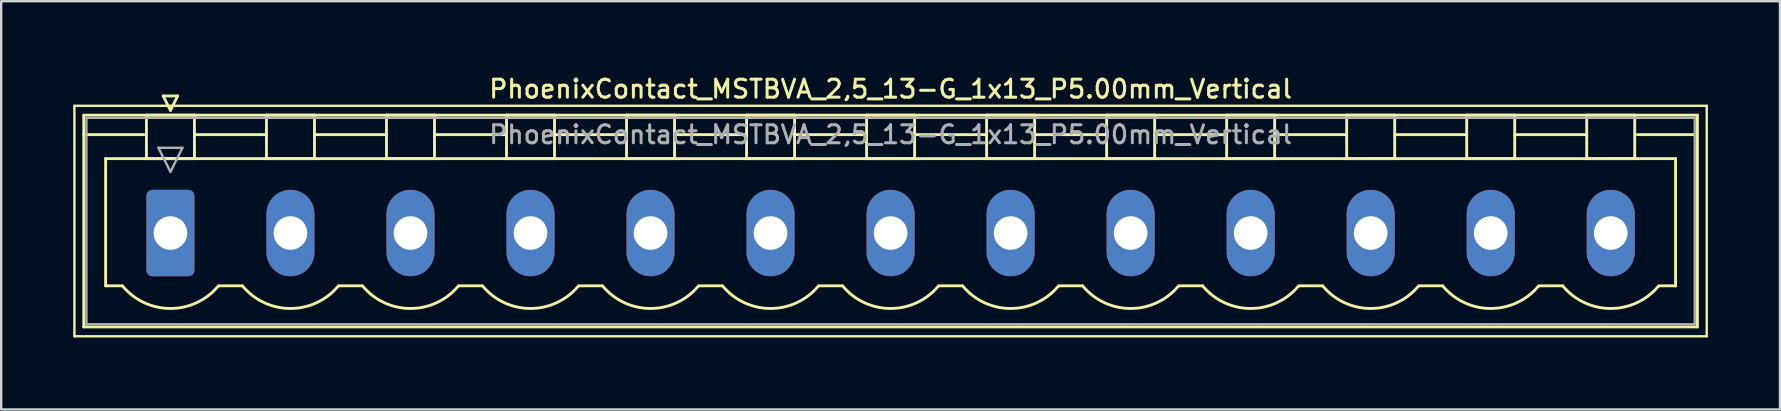
<source format=kicad_pcb>
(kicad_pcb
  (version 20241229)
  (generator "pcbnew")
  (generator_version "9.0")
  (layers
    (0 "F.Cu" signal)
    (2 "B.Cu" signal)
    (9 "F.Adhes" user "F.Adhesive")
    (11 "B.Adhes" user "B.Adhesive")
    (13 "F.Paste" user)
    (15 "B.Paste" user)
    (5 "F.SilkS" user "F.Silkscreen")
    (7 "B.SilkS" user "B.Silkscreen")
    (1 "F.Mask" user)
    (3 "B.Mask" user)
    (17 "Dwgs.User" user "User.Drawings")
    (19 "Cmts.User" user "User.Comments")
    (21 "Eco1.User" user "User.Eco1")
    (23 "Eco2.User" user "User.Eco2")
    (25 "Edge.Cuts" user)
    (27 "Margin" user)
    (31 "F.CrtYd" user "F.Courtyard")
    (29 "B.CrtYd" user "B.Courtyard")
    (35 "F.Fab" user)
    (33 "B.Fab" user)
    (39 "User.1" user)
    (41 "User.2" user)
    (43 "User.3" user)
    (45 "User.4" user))
  (footprint "PhoenixContact_MSTBVA_2,5_13-G_1x13_P5.00mm_Vertical"
    (layer "F.Cu")
    (at 4.05 6.658)
    (property "Reference" "PhoenixContact_MSTBVA_2,5_13-G_1x13_P5.00mm_Vertical" (at 30 -6 0) (layer "F.SilkS") (effects (font (size 0.75 0.75) (thickness 0.125))))
    (attr through_hole)
    (fp_line (start -4 -5.3) (end -4 4.3) (stroke (width 0.1) (type solid)) (layer "F.SilkS"))
    (fp_line (start -4 4.3) (end 64 4.3) (stroke (width 0.1) (type solid)) (layer "F.SilkS"))
    (fp_line (start -3.61 -4.91) (end -3.61 3.91) (stroke (width 0.12) (type solid)) (layer "F.SilkS"))
    (fp_line (start -3.61 -4.1) (end -1.11 -4.1) (stroke (width 0.12) (type solid)) (layer "F.SilkS"))
    (fp_line (start -3.61 3.91) (end 63.61 3.91) (stroke (width 0.12) (type solid)) (layer "F.SilkS"))
    (fp_line (start -2.7 -3.1) (end 62.7 -3.1) (stroke (width 0.12) (type solid)) (layer "F.SilkS"))
    (fp_line (start -2.7 2.2) (end -2.7 -3.1) (stroke (width 0.12) (type solid)) (layer "F.SilkS"))
    (fp_line (start -2 2.2) (end -2.7 2.2) (stroke (width 0.12) (type solid)) (layer "F.SilkS"))
    (fp_line (start -1 -4.91) (end 1 -4.91) (stroke (width 0.12) (type solid)) (layer "F.SilkS"))
    (fp_line (start -1 -3.1) (end -1 -4.91) (stroke (width 0.12) (type solid)) (layer "F.SilkS"))
    (fp_line (start -0.3 -5.71) (end 0.3 -5.71) (stroke (width 0.12) (type solid)) (layer "F.SilkS"))
    (fp_line (start 0 -5.11) (end -0.3 -5.71) (stroke (width 0.12) (type solid)) (layer "F.SilkS"))
    (fp_line (start 0.3 -5.71) (end 0 -5.11) (stroke (width 0.12) (type solid)) (layer "F.SilkS"))
    (fp_line (start 1 -4.91) (end 1 -3.1) (stroke (width 0.12) (type solid)) (layer "F.SilkS"))
    (fp_line (start 1 -4.1) (end 4 -4.1) (stroke (width 0.12) (type solid)) (layer "F.SilkS"))
    (fp_line (start 1 -3.1) (end -1 -3.1) (stroke (width 0.12) (type solid)) (layer "F.SilkS"))
    (fp_line (start 2 2.2) (end 3 2.2) (stroke (width 0.12) (type solid)) (layer "F.SilkS"))
    (fp_line (start 4 -4.91) (end 6 -4.91) (stroke (width 0.12) (type solid)) (layer "F.SilkS"))
    (fp_line (start 4 -3.1) (end 4 -4.91) (stroke (width 0.12) (type solid)) (layer "F.SilkS"))
    (fp_line (start 6 -4.91) (end 6 -3.1) (stroke (width 0.12) (type solid)) (layer "F.SilkS"))
    (fp_line (start 6 -4.1) (end 9 -4.1) (stroke (width 0.12) (type solid)) (layer "F.SilkS"))
    (fp_line (start 6 -3.1) (end 4 -3.1) (stroke (width 0.12) (type solid)) (layer "F.SilkS"))
    (fp_line (start 7 2.2) (end 8 2.2) (stroke (width 0.12) (type solid)) (layer "F.SilkS"))
    (fp_line (start 9 -4.91) (end 11 -4.91) (stroke (width 0.12) (type solid)) (layer "F.SilkS"))
    (fp_line (start 9 -3.1) (end 9 -4.91) (stroke (width 0.12) (type solid)) (layer "F.SilkS"))
    (fp_line (start 11 -4.91) (end 11 -3.1) (stroke (width 0.12) (type solid)) (layer "F.SilkS"))
    (fp_line (start 11 -4.1) (end 14 -4.1) (stroke (width 0.12) (type solid)) (layer "F.SilkS"))
    (fp_line (start 11 -3.1) (end 9 -3.1) (stroke (width 0.12) (type solid)) (layer "F.SilkS"))
    (fp_line (start 12 2.2) (end 13 2.2) (stroke (width 0.12) (type solid)) (layer "F.SilkS"))
    (fp_line (start 14 -4.91) (end 16 -4.91) (stroke (width 0.12) (type solid)) (layer "F.SilkS"))
    (fp_line (start 14 -3.1) (end 14 -4.91) (stroke (width 0.12) (type solid)) (layer "F.SilkS"))
    (fp_line (start 16 -4.91) (end 16 -3.1) (stroke (width 0.12) (type solid)) (layer "F.SilkS"))
    (fp_line (start 16 -4.1) (end 19 -4.1) (stroke (width 0.12) (type solid)) (layer "F.SilkS"))
    (fp_line (start 16 -3.1) (end 14 -3.1) (stroke (width 0.12) (type solid)) (layer "F.SilkS"))
    (fp_line (start 17 2.2) (end 18 2.2) (stroke (width 0.12) (type solid)) (layer "F.SilkS"))
    (fp_line (start 19 -4.91) (end 21 -4.91) (stroke (width 0.12) (type solid)) (layer "F.SilkS"))
    (fp_line (start 19 -3.1) (end 19 -4.91) (stroke (width 0.12) (type solid)) (layer "F.SilkS"))
    (fp_line (start 21 -4.91) (end 21 -3.1) (stroke (width 0.12) (type solid)) (layer "F.SilkS"))
    (fp_line (start 21 -4.1) (end 24 -4.1) (stroke (width 0.12) (type solid)) (layer "F.SilkS"))
    (fp_line (start 21 -3.1) (end 19 -3.1) (stroke (width 0.12) (type solid)) (layer "F.SilkS"))
    (fp_line (start 22 2.2) (end 23 2.2) (stroke (width 0.12) (type solid)) (layer "F.SilkS"))
    (fp_line (start 24 -4.91) (end 26 -4.91) (stroke (width 0.12) (type solid)) (layer "F.SilkS"))
    (fp_line (start 24 -3.1) (end 24 -4.91) (stroke (width 0.12) (type solid)) (layer "F.SilkS"))
    (fp_line (start 26 -4.91) (end 26 -3.1) (stroke (width 0.12) (type solid)) (layer "F.SilkS"))
    (fp_line (start 26 -4.1) (end 29 -4.1) (stroke (width 0.12) (type solid)) (layer "F.SilkS"))
    (fp_line (start 26 -3.1) (end 24 -3.1) (stroke (width 0.12) (type solid)) (layer "F.SilkS"))
    (fp_line (start 27 2.2) (end 28 2.2) (stroke (width 0.12) (type solid)) (layer "F.SilkS"))
    (fp_line (start 29 -4.91) (end 31 -4.91) (stroke (width 0.12) (type solid)) (layer "F.SilkS"))
    (fp_line (start 29 -3.1) (end 29 -4.91) (stroke (width 0.12) (type solid)) (layer "F.SilkS"))
    (fp_line (start 31 -4.91) (end 31 -3.1) (stroke (width 0.12) (type solid)) (layer "F.SilkS"))
    (fp_line (start 31 -4.1) (end 34 -4.1) (stroke (width 0.12) (type solid)) (layer "F.SilkS"))
    (fp_line (start 31 -3.1) (end 29 -3.1) (stroke (width 0.12) (type solid)) (layer "F.SilkS"))
    (fp_line (start 32 2.2) (end 33 2.2) (stroke (width 0.12) (type solid)) (layer "F.SilkS"))
    (fp_line (start 34 -4.91) (end 36 -4.91) (stroke (width 0.12) (type solid)) (layer "F.SilkS"))
    (fp_line (start 34 -3.1) (end 34 -4.91) (stroke (width 0.12) (type solid)) (layer "F.SilkS"))
    (fp_line (start 36 -4.91) (end 36 -3.1) (stroke (width 0.12) (type solid)) (layer "F.SilkS"))
    (fp_line (start 36 -4.1) (end 39 -4.1) (stroke (width 0.12) (type solid)) (layer "F.SilkS"))
    (fp_line (start 36 -3.1) (end 34 -3.1) (stroke (width 0.12) (type solid)) (layer "F.SilkS"))
    (fp_line (start 37 2.2) (end 38 2.2) (stroke (width 0.12) (type solid)) (layer "F.SilkS"))
    (fp_line (start 39 -4.91) (end 41 -4.91) (stroke (width 0.12) (type solid)) (layer "F.SilkS"))
    (fp_line (start 39 -3.1) (end 39 -4.91) (stroke (width 0.12) (type solid)) (layer "F.SilkS"))
    (fp_line (start 41 -4.91) (end 41 -3.1) (stroke (width 0.12) (type solid)) (layer "F.SilkS"))
    (fp_line (start 41 -4.1) (end 44 -4.1) (stroke (width 0.12) (type solid)) (layer "F.SilkS"))
    (fp_line (start 41 -3.1) (end 39 -3.1) (stroke (width 0.12) (type solid)) (layer "F.SilkS"))
    (fp_line (start 42 2.2) (end 43 2.2) (stroke (width 0.12) (type solid)) (layer "F.SilkS"))
    (fp_line (start 44 -4.91) (end 46 -4.91) (stroke (width 0.12) (type solid)) (layer "F.SilkS"))
    (fp_line (start 44 -3.1) (end 44 -4.91) (stroke (width 0.12) (type solid)) (layer "F.SilkS"))
    (fp_line (start 46 -4.91) (end 46 -3.1) (stroke (width 0.12) (type solid)) (layer "F.SilkS"))
    (fp_line (start 46 -4.1) (end 49 -4.1) (stroke (width 0.12) (type solid)) (layer "F.SilkS"))
    (fp_line (start 46 -3.1) (end 44 -3.1) (stroke (width 0.12) (type solid)) (layer "F.SilkS"))
    (fp_line (start 47 2.2) (end 48 2.2) (stroke (width 0.12) (type solid)) (layer "F.SilkS"))
    (fp_line (start 49 -4.91) (end 51 -4.91) (stroke (width 0.12) (type solid)) (layer "F.SilkS"))
    (fp_line (start 49 -3.1) (end 49 -4.91) (stroke (width 0.12) (type solid)) (layer "F.SilkS"))
    (fp_line (start 51 -4.91) (end 51 -3.1) (stroke (width 0.12) (type solid)) (layer "F.SilkS"))
    (fp_line (start 51 -4.1) (end 54 -4.1) (stroke (width 0.12) (type solid)) (layer "F.SilkS"))
    (fp_line (start 51 -3.1) (end 49 -3.1) (stroke (width 0.12) (type solid)) (layer "F.SilkS"))
    (fp_line (start 52 2.2) (end 53 2.2) (stroke (width 0.12) (type solid)) (layer "F.SilkS"))
    (fp_line (start 54 -4.91) (end 56 -4.91) (stroke (width 0.12) (type solid)) (layer "F.SilkS"))
    (fp_line (start 54 -3.1) (end 54 -4.91) (stroke (width 0.12) (type solid)) (layer "F.SilkS"))
    (fp_line (start 56 -4.91) (end 56 -3.1) (stroke (width 0.12) (type solid)) (layer "F.SilkS"))
    (fp_line (start 56 -4.1) (end 59 -4.1) (stroke (width 0.12) (type solid)) (layer "F.SilkS"))
    (fp_line (start 56 -3.1) (end 54 -3.1) (stroke (width 0.12) (type solid)) (layer "F.SilkS"))
    (fp_line (start 57 2.2) (end 58 2.2) (stroke (width 0.12) (type solid)) (layer "F.SilkS"))
    (fp_line (start 59 -4.91) (end 61 -4.91) (stroke (width 0.12) (type solid)) (layer "F.SilkS"))
    (fp_line (start 59 -3.1) (end 59 -4.91) (stroke (width 0.12) (type solid)) (layer "F.SilkS"))
    (fp_line (start 61 -4.91) (end 61 -3.1) (stroke (width 0.12) (type solid)) (layer "F.SilkS"))
    (fp_line (start 61 -3.1) (end 59 -3.1) (stroke (width 0.12) (type solid)) (layer "F.SilkS"))
    (fp_line (start 62.7 -3.1) (end 62.7 2.2) (stroke (width 0.12) (type solid)) (layer "F.SilkS"))
    (fp_line (start 62.7 2.2) (end 62 2.2) (stroke (width 0.12) (type solid)) (layer "F.SilkS"))
    (fp_line (start 63.61 -4.91) (end -3.61 -4.91) (stroke (width 0.12) (type solid)) (layer "F.SilkS"))
    (fp_line (start 63.61 -4.1) (end 61.11 -4.1) (stroke (width 0.12) (type solid)) (layer "F.SilkS"))
    (fp_line (start 63.61 3.91) (end 63.61 -4.91) (stroke (width 0.12) (type solid)) (layer "F.SilkS"))
    (fp_line (start 64 -5.3) (end -4 -5.3) (stroke (width 0.1) (type solid)) (layer "F.SilkS"))
    (fp_line (start 64 4.3) (end 64 -5.3) (stroke (width 0.1) (type solid)) (layer "F.SilkS"))
    (fp_arc (start 1.986842 2.215821) (mid -0.010289 3.142758) (end -2 2.2) (stroke (width 0.12) (type solid)) (layer "F.SilkS"))
    (fp_arc (start 6.986842 2.215821) (mid 4.989711 3.142758) (end 3 2.2) (stroke (width 0.12) (type solid)) (layer "F.SilkS"))
    (fp_arc (start 11.986842 2.215821) (mid 9.989711 3.142758) (end 8 2.2) (stroke (width 0.12) (type solid)) (layer "F.SilkS"))
    (fp_arc (start 16.986842 2.215821) (mid 14.989711 3.142758) (end 13 2.2) (stroke (width 0.12) (type solid)) (layer "F.SilkS"))
    (fp_arc (start 21.986842 2.215821) (mid 19.989711 3.142758) (end 18 2.2) (stroke (width 0.12) (type solid)) (layer "F.SilkS"))
    (fp_arc (start 26.986842 2.215821) (mid 24.989711 3.142758) (end 23 2.2) (stroke (width 0.12) (type solid)) (layer "F.SilkS"))
    (fp_arc (start 31.986842 2.215821) (mid 29.989711 3.142758) (end 28 2.2) (stroke (width 0.12) (type solid)) (layer "F.SilkS"))
    (fp_arc (start 36.986842 2.215821) (mid 34.989711 3.142758) (end 33 2.2) (stroke (width 0.12) (type solid)) (layer "F.SilkS"))
    (fp_arc (start 41.986842 2.215821) (mid 39.989711 3.142758) (end 38 2.2) (stroke (width 0.12) (type solid)) (layer "F.SilkS"))
    (fp_arc (start 46.986842 2.215821) (mid 44.989711 3.142758) (end 43 2.2) (stroke (width 0.12) (type solid)) (layer "F.SilkS"))
    (fp_arc (start 51.986842 2.215821) (mid 49.989711 3.142758) (end 48 2.2) (stroke (width 0.12) (type solid)) (layer "F.SilkS"))
    (fp_arc (start 56.986842 2.215821) (mid 54.989711 3.142758) (end 53 2.2) (stroke (width 0.12) (type solid)) (layer "F.SilkS"))
    (fp_arc (start 61.986842 2.215821) (mid 59.989711 3.142758) (end 58 2.2) (stroke (width 0.12) (type solid)) (layer "F.SilkS"))
    (fp_line (start -3.5 -4.8) (end -3.5 3.8) (stroke (width 0.1) (type solid)) (layer "F.Fab"))
    (fp_line (start -3.5 3.8) (end 63.5 3.8) (stroke (width 0.1) (type solid)) (layer "F.Fab"))
    (fp_line (start -0.5 -3.55) (end 0.5 -3.55) (stroke (width 0.1) (type solid)) (layer "F.Fab"))
    (fp_line (start 0 -2.55) (end -0.5 -3.55) (stroke (width 0.1) (type solid)) (layer "F.Fab"))
    (fp_line (start 0.5 -3.55) (end 0 -2.55) (stroke (width 0.1) (type solid)) (layer "F.Fab"))
    (fp_line (start 63.5 -4.8) (end -3.5 -4.8) (stroke (width 0.1) (type solid)) (layer "F.Fab"))
    (fp_line (start 63.5 3.8) (end 63.5 -4.8) (stroke (width 0.1) (type solid)) (layer "F.Fab"))
    (fp_text user "${REFERENCE}" (at 30 -4.1 0) (layer "F.Fab") (effects (font (size 0.75 0.75) (thickness 0.125))))
    (pad "1" thru_hole roundrect (at 0 0) (size 2 3.6) (drill 1.4) (layers "*.Cu" "*.Mask") (roundrect_rratio 0.125))
    (pad "2" thru_hole oval (at 5 0) (size 2 3.6) (drill 1.4) (layers "*.Cu" "*.Mask"))
    (pad "3" thru_hole oval (at 10 0) (size 2 3.6) (drill 1.4) (layers "*.Cu" "*.Mask"))
    (pad "4" thru_hole oval (at 15 0) (size 2 3.6) (drill 1.4) (layers "*.Cu" "*.Mask"))
    (pad "5" thru_hole oval (at 20 0) (size 2 3.6) (drill 1.4) (layers "*.Cu" "*.Mask"))
    (pad "6" thru_hole oval (at 25 0) (size 2 3.6) (drill 1.4) (layers "*.Cu" "*.Mask"))
    (pad "7" thru_hole oval (at 30 0) (size 2 3.6) (drill 1.4) (layers "*.Cu" "*.Mask"))
    (pad "8" thru_hole oval (at 35 0) (size 2 3.6) (drill 1.4) (layers "*.Cu" "*.Mask"))
    (pad "9" thru_hole oval (at 40 0) (size 2 3.6) (drill 1.4) (layers "*.Cu" "*.Mask"))
    (pad "10" thru_hole oval (at 45 0) (size 2 3.6) (drill 1.4) (layers "*.Cu" "*.Mask"))
    (pad "11" thru_hole oval (at 50 0) (size 2 3.6) (drill 1.4) (layers "*.Cu" "*.Mask"))
    (pad "12" thru_hole oval (at 55 0) (size 2 3.6) (drill 1.4) (layers "*.Cu" "*.Mask"))
    (pad "13" thru_hole oval (at 60 0) (size 2 3.6) (drill 1.4) (layers "*.Cu" "*.Mask")))
  (gr_rect
    (start -3 -3)
    (end 71.1 14.008)
    (stroke (width 0.1) (type default))
    (fill no)
    (layer "Edge.Cuts")))
</source>
